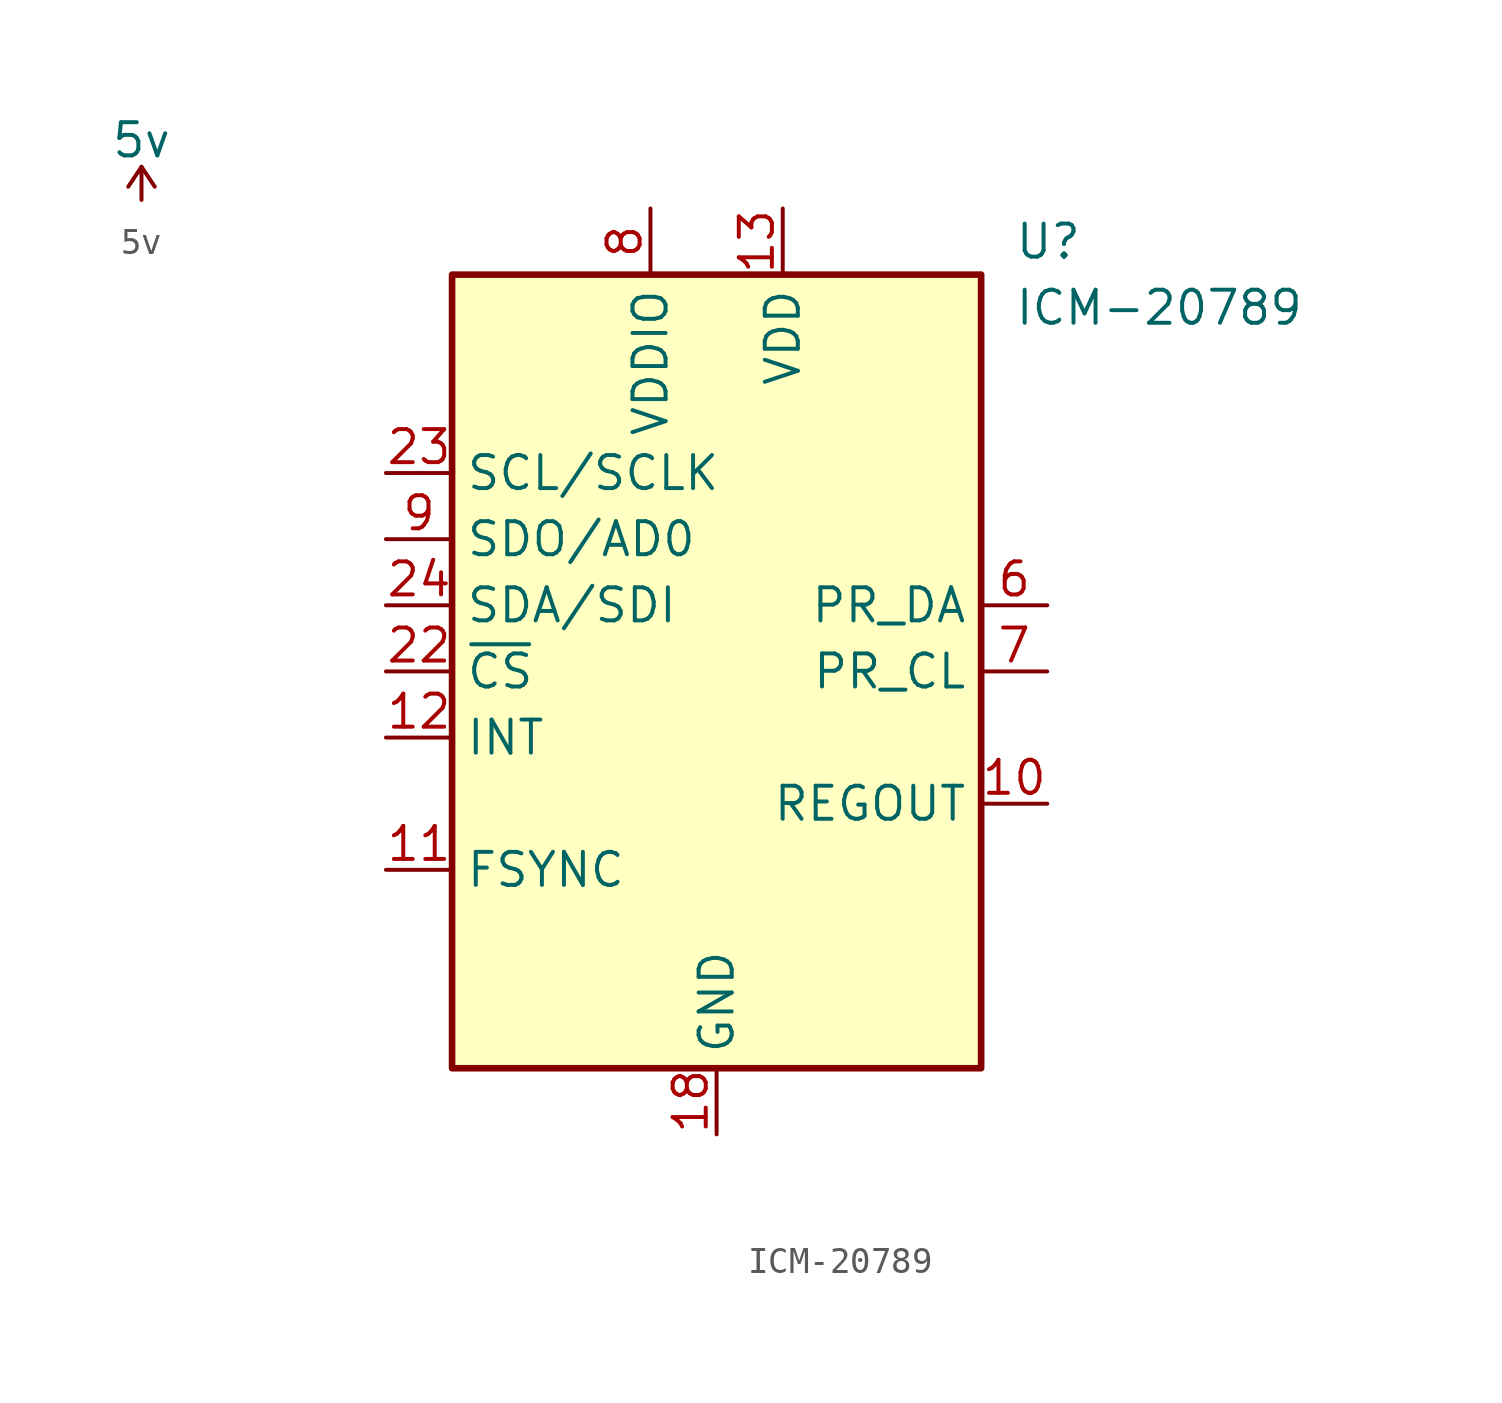
<source format=kicad_sym>
(kicad_symbol_lib
  (version 20211014)
  (generator kicad_symbol_editor)
  (symbol "5v"
    (power)
    (pin_numbers hide)
    (pin_names
      (offset 1.016) hide)
    (property "Reference" "#PWR"
      (at 0 2.794 0)
      (effects (font (size 1.27 1.27)) (justify left) hide))
    (property "Value" "5v"
      (at 0 2.286 0)
      (effects (font (size 1.27 1.27))))
    (symbol "5v_0_1"
      (polyline (pts (xy 0 1.27) (xy 0.508 0.508)) (stroke (width 0) (type default) (color 0 0 0 0)) (fill (type none)))
      (polyline (pts (xy 0 0) (xy 0 1.27) (xy -0.508 0.508)) (stroke (width 0) (type default) (color 0 0 0 0)) (fill (type none))))
    (symbol "5v_1_1"
      (pin power_in line (at 0 0 180) (length 0) hide (name "5v" (effects (font (size 1.27 1.27)))) (number "1" (effects (font (size 1.27 1.27)))))))
  (symbol "ICM-20789"
    (property "Reference" "U"
      (at 11.43 16.51 0)
      (effects (font (size 1.27 1.27)) (justify left)))
    (property "Value" "ICM-20789"
      (at 11.43 13.97 0)
      (effects (font (size 1.27 1.27)) (justify left)))
    (symbol "ICM-20789_0_1"
      (rectangle (start -10.16 15.24) (end 10.16 -15.24) (stroke (width 0.254) (type default) (color 0 0 0 0)) (fill (type background))))
    (symbol "ICM-20789_1_1"
      (pin no_connect line (at -12.7 12.7 0) (length 2.54) hide (name "NC" (effects (font (size 1.27 1.27)))) (number "1" (effects (font (size 1.27 1.27)))))
      (pin passive line (at 12.7 -5.08 180) (length 2.54) (name "REGOUT" (effects (font (size 1.27 1.27)))) (number "10" (effects (font (size 1.27 1.27)))))
      (pin input line (at -12.7 -7.62 0) (length 2.54) (name "FSYNC" (effects (font (size 1.27 1.27)))) (number "11" (effects (font (size 1.27 1.27)))))
      (pin output line (at -12.7 -2.54 0) (length 2.54) (name "INT" (effects (font (size 1.27 1.27)))) (number "12" (effects (font (size 1.27 1.27)))))
      (pin power_in line (at 2.54 17.78 270) (length 2.54) (name "VDD" (effects (font (size 1.27 1.27)))) (number "13" (effects (font (size 1.27 1.27)))))
      (pin no_connect line (at 12.7 10.16 180) (length 2.54) hide (name "NC" (effects (font (size 1.27 1.27)))) (number "14" (effects (font (size 1.27 1.27)))))
      (pin no_connect line (at 12.7 7.62 180) (length 2.54) hide (name "NC" (effects (font (size 1.27 1.27)))) (number "15" (effects (font (size 1.27 1.27)))))
      (pin no_connect line (at 12.7 -7.62 180) (length 2.54) hide (name "NC" (effects (font (size 1.27 1.27)))) (number "16" (effects (font (size 1.27 1.27)))))
      (pin no_connect line (at 12.7 -10.16 180) (length 2.54) hide (name "NC" (effects (font (size 1.27 1.27)))) (number "17" (effects (font (size 1.27 1.27)))))
      (pin power_in line (at 0 -17.78 90) (length 2.54) (name "GND" (effects (font (size 1.27 1.27)))) (number "18" (effects (font (size 1.27 1.27)))))
      (pin no_connect line (at 12.7 -12.7 180) (length 2.54) hide (name "NC" (effects (font (size 1.27 1.27)))) (number "19" (effects (font (size 1.27 1.27)))))
      (pin no_connect line (at -12.7 10.16 0) (length 2.54) hide (name "NC" (effects (font (size 1.27 1.27)))) (number "2" (effects (font (size 1.27 1.27)))))
      (pin no_connect line (at 0 -17.78 90) (length 2.54) hide (name "NC" (effects (font (size 1.27 1.27)))) (number "20" (effects (font (size 1.27 1.27)))))
      (pin no_connect line (at 12.7 5.08 180) (length 2.54) hide (name "NC" (effects (font (size 1.27 1.27)))) (number "21" (effects (font (size 1.27 1.27)))))
      (pin input line (at -12.7 0 0) (length 2.54) (name "~{CS}" (effects (font (size 1.27 1.27)))) (number "22" (effects (font (size 1.27 1.27)))))
      (pin input line (at -12.7 7.62 0) (length 2.54) (name "SCL/SCLK" (effects (font (size 1.27 1.27)))) (number "23" (effects (font (size 1.27 1.27)))))
      (pin bidirectional line (at -12.7 2.54 0) (length 2.54) (name "SDA/SDI" (effects (font (size 1.27 1.27)))) (number "24" (effects (font (size 1.27 1.27)))))
      (pin no_connect line (at -12.7 -5.08 0) (length 2.54) hide (name "NC" (effects (font (size 1.27 1.27)))) (number "3" (effects (font (size 1.27 1.27)))))
      (pin no_connect line (at -12.7 -10.16 0) (length 2.54) hide (name "NC" (effects (font (size 1.27 1.27)))) (number "4" (effects (font (size 1.27 1.27)))))
      (pin no_connect line (at -12.7 -12.7 0) (length 2.54) hide (name "NC" (effects (font (size 1.27 1.27)))) (number "5" (effects (font (size 1.27 1.27)))))
      (pin bidirectional line (at 12.7 2.54 180) (length 2.54) (name "PR_DA" (effects (font (size 1.27 1.27)))) (number "6" (effects (font (size 1.27 1.27)))))
      (pin input line (at 12.7 0 180) (length 2.54) (name "PR_CL" (effects (font (size 1.27 1.27)))) (number "7" (effects (font (size 1.27 1.27)))))
      (pin power_in line (at -2.54 17.78 270) (length 2.54) (name "VDDIO" (effects (font (size 1.27 1.27)))) (number "8" (effects (font (size 1.27 1.27)))))
      (pin bidirectional line (at -12.7 5.08 0) (length 2.54) (name "SDO/AD0" (effects (font (size 1.27 1.27)))) (number "9" (effects (font (size 1.27 1.27))))))))
</source>
